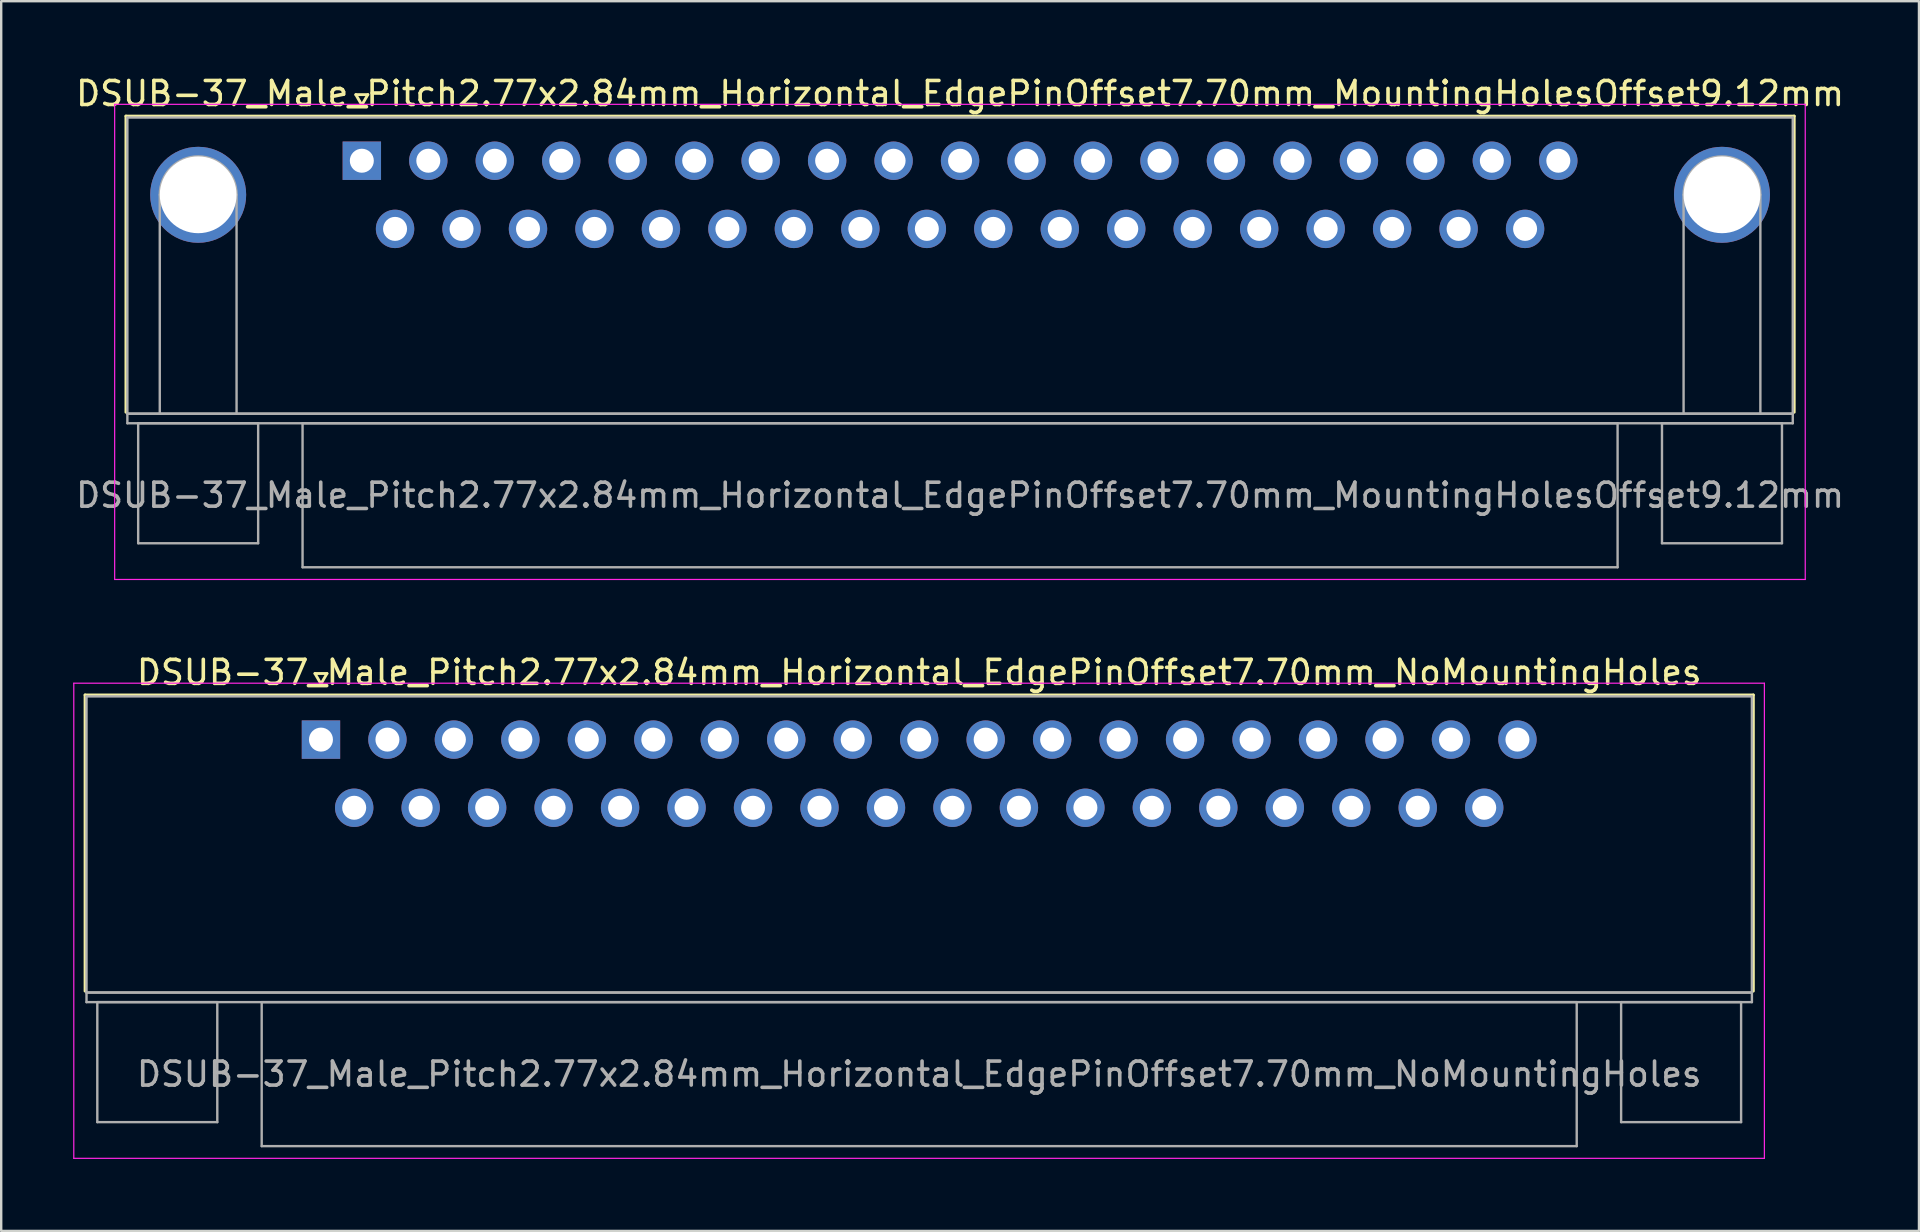
<source format=kicad_pcb>
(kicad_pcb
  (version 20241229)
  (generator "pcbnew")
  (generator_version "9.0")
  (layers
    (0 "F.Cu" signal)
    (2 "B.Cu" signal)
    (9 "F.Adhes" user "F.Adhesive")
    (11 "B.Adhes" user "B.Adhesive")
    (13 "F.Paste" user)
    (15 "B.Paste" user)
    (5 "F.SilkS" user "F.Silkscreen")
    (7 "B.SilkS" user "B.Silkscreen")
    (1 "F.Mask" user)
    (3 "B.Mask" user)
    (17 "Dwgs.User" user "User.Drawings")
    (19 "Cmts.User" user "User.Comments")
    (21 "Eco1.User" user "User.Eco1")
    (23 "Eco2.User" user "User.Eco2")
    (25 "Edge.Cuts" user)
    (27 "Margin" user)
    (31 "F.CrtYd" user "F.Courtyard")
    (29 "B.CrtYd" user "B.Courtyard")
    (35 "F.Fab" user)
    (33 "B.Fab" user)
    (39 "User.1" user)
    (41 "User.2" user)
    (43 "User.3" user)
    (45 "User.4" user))
  (footprint "DSUB-37_Male_Pitch2.77x2.84mm_Horizontal_EdgePinOffset7.70mm_MountingHolesOffset9.12mm"
    (layer "F.Cu")
    (at 12.028 3.648)
    (property "Reference" "DSUB-37_Male_Pitch2.77x2.84mm_Horizontal_EdgePinOffset7.70mm_MountingHolesOffset9.12mm" (at 24.93 -2.8 0) (layer "F.SilkS") (effects (font (size 1 1) (thickness 0.15))))
    (attr through_hole)
    (fp_line (start -9.83 -1.86) (end 59.69 -1.86) (stroke (width 0.12) (type solid)) (layer "F.SilkS"))
    (fp_line (start -9.83 10.48) (end -9.83 -1.86) (stroke (width 0.12) (type solid)) (layer "F.SilkS"))
    (fp_line (start -0.25 -2.754) (end 0.25 -2.754) (stroke (width 0.12) (type solid)) (layer "F.SilkS"))
    (fp_line (start 0 -2.321) (end -0.25 -2.754) (stroke (width 0.12) (type solid)) (layer "F.SilkS"))
    (fp_line (start 0.25 -2.754) (end 0 -2.321) (stroke (width 0.12) (type solid)) (layer "F.SilkS"))
    (fp_line (start 59.69 -1.86) (end 59.69 10.48) (stroke (width 0.12) (type solid)) (layer "F.SilkS"))
    (fp_line (start -10.3 -2.35) (end -10.3 17.45) (stroke (width 0.05) (type solid)) (layer "F.CrtYd"))
    (fp_line (start -10.3 17.45) (end 60.15 17.45) (stroke (width 0.05) (type solid)) (layer "F.CrtYd"))
    (fp_line (start 60.15 -2.35) (end -10.3 -2.35) (stroke (width 0.05) (type solid)) (layer "F.CrtYd"))
    (fp_line (start 60.15 17.45) (end 60.15 -2.35) (stroke (width 0.05) (type solid)) (layer "F.CrtYd"))
    (fp_line (start -9.77 -1.8) (end -9.77 10.54) (stroke (width 0.1) (type solid)) (layer "F.Fab"))
    (fp_line (start -9.77 10.54) (end -9.77 10.94) (stroke (width 0.1) (type solid)) (layer "F.Fab"))
    (fp_line (start -9.77 10.54) (end 59.63 10.54) (stroke (width 0.1) (type solid)) (layer "F.Fab"))
    (fp_line (start -9.77 10.94) (end 59.63 10.94) (stroke (width 0.1) (type solid)) (layer "F.Fab"))
    (fp_line (start -9.32 10.94) (end -9.32 15.94) (stroke (width 0.1) (type solid)) (layer "F.Fab"))
    (fp_line (start -9.32 15.94) (end -4.32 15.94) (stroke (width 0.1) (type solid)) (layer "F.Fab"))
    (fp_line (start -8.42 10.54) (end -8.42 1.42) (stroke (width 0.1) (type solid)) (layer "F.Fab"))
    (fp_line (start -5.22 10.54) (end -5.22 1.42) (stroke (width 0.1) (type solid)) (layer "F.Fab"))
    (fp_line (start -4.32 10.94) (end -9.32 10.94) (stroke (width 0.1) (type solid)) (layer "F.Fab"))
    (fp_line (start -4.32 15.94) (end -4.32 10.94) (stroke (width 0.1) (type solid)) (layer "F.Fab"))
    (fp_line (start -2.47 10.94) (end -2.47 16.94) (stroke (width 0.1) (type solid)) (layer "F.Fab"))
    (fp_line (start -2.47 16.94) (end 52.33 16.94) (stroke (width 0.1) (type solid)) (layer "F.Fab"))
    (fp_line (start 52.33 10.94) (end -2.47 10.94) (stroke (width 0.1) (type solid)) (layer "F.Fab"))
    (fp_line (start 52.33 16.94) (end 52.33 10.94) (stroke (width 0.1) (type solid)) (layer "F.Fab"))
    (fp_line (start 54.18 10.94) (end 54.18 15.94) (stroke (width 0.1) (type solid)) (layer "F.Fab"))
    (fp_line (start 54.18 15.94) (end 59.18 15.94) (stroke (width 0.1) (type solid)) (layer "F.Fab"))
    (fp_line (start 55.08 10.54) (end 55.08 1.42) (stroke (width 0.1) (type solid)) (layer "F.Fab"))
    (fp_line (start 58.28 10.54) (end 58.28 1.42) (stroke (width 0.1) (type solid)) (layer "F.Fab"))
    (fp_line (start 59.18 10.94) (end 54.18 10.94) (stroke (width 0.1) (type solid)) (layer "F.Fab"))
    (fp_line (start 59.18 15.94) (end 59.18 10.94) (stroke (width 0.1) (type solid)) (layer "F.Fab"))
    (fp_line (start 59.63 -1.8) (end -9.77 -1.8) (stroke (width 0.1) (type solid)) (layer "F.Fab"))
    (fp_line (start 59.63 10.54) (end -9.77 10.54) (stroke (width 0.1) (type solid)) (layer "F.Fab"))
    (fp_line (start 59.63 10.54) (end 59.63 -1.8) (stroke (width 0.1) (type solid)) (layer "F.Fab"))
    (fp_line (start 59.63 10.94) (end 59.63 10.54) (stroke (width 0.1) (type solid)) (layer "F.Fab"))
    (fp_arc (start -8.42 1.42) (mid -6.82 -0.18) (end -5.22 1.42) (stroke (width 0.1) (type solid)) (layer "F.Fab"))
    (fp_arc (start 55.08 1.42) (mid 56.68 -0.18) (end 58.28 1.42) (stroke (width 0.1) (type solid)) (layer "F.Fab"))
    (fp_text user "${REFERENCE}" (at 24.93 13.94 0) (layer "F.Fab") (effects (font (size 1 1) (thickness 0.15))))
    (pad "0" thru_hole circle (at -6.82 1.42) (size 4 4) (drill 3.2) (layers "*.Cu" "*.Mask"))
    (pad "0" thru_hole circle (at 56.68 1.42) (size 4 4) (drill 3.2) (layers "*.Cu" "*.Mask"))
    (pad "1" thru_hole rect (at 0 0) (size 1.6 1.6) (drill 1) (layers "*.Cu" "*.Mask"))
    (pad "2" thru_hole circle (at 2.77 0) (size 1.6 1.6) (drill 1) (layers "*.Cu" "*.Mask"))
    (pad "3" thru_hole circle (at 5.54 0) (size 1.6 1.6) (drill 1) (layers "*.Cu" "*.Mask"))
    (pad "4" thru_hole circle (at 8.31 0) (size 1.6 1.6) (drill 1) (layers "*.Cu" "*.Mask"))
    (pad "5" thru_hole circle (at 11.08 0) (size 1.6 1.6) (drill 1) (layers "*.Cu" "*.Mask"))
    (pad "6" thru_hole circle (at 13.85 0) (size 1.6 1.6) (drill 1) (layers "*.Cu" "*.Mask"))
    (pad "7" thru_hole circle (at 16.62 0) (size 1.6 1.6) (drill 1) (layers "*.Cu" "*.Mask"))
    (pad "8" thru_hole circle (at 19.39 0) (size 1.6 1.6) (drill 1) (layers "*.Cu" "*.Mask"))
    (pad "9" thru_hole circle (at 22.16 0) (size 1.6 1.6) (drill 1) (layers "*.Cu" "*.Mask"))
    (pad "10" thru_hole circle (at 24.93 0) (size 1.6 1.6) (drill 1) (layers "*.Cu" "*.Mask"))
    (pad "11" thru_hole circle (at 27.7 0) (size 1.6 1.6) (drill 1) (layers "*.Cu" "*.Mask"))
    (pad "12" thru_hole circle (at 30.47 0) (size 1.6 1.6) (drill 1) (layers "*.Cu" "*.Mask"))
    (pad "13" thru_hole circle (at 33.24 0) (size 1.6 1.6) (drill 1) (layers "*.Cu" "*.Mask"))
    (pad "14" thru_hole circle (at 36.01 0) (size 1.6 1.6) (drill 1) (layers "*.Cu" "*.Mask"))
    (pad "15" thru_hole circle (at 38.78 0) (size 1.6 1.6) (drill 1) (layers "*.Cu" "*.Mask"))
    (pad "16" thru_hole circle (at 41.55 0) (size 1.6 1.6) (drill 1) (layers "*.Cu" "*.Mask"))
    (pad "17" thru_hole circle (at 44.32 0) (size 1.6 1.6) (drill 1) (layers "*.Cu" "*.Mask"))
    (pad "18" thru_hole circle (at 47.09 0) (size 1.6 1.6) (drill 1) (layers "*.Cu" "*.Mask"))
    (pad "19" thru_hole circle (at 49.86 0) (size 1.6 1.6) (drill 1) (layers "*.Cu" "*.Mask"))
    (pad "20" thru_hole circle (at 1.385 2.84) (size 1.6 1.6) (drill 1) (layers "*.Cu" "*.Mask"))
    (pad "21" thru_hole circle (at 4.155 2.84) (size 1.6 1.6) (drill 1) (layers "*.Cu" "*.Mask"))
    (pad "22" thru_hole circle (at 6.925 2.84) (size 1.6 1.6) (drill 1) (layers "*.Cu" "*.Mask"))
    (pad "23" thru_hole circle (at 9.695 2.84) (size 1.6 1.6) (drill 1) (layers "*.Cu" "*.Mask"))
    (pad "24" thru_hole circle (at 12.465 2.84) (size 1.6 1.6) (drill 1) (layers "*.Cu" "*.Mask"))
    (pad "25" thru_hole circle (at 15.235 2.84) (size 1.6 1.6) (drill 1) (layers "*.Cu" "*.Mask"))
    (pad "26" thru_hole circle (at 18.005 2.84) (size 1.6 1.6) (drill 1) (layers "*.Cu" "*.Mask"))
    (pad "27" thru_hole circle (at 20.775 2.84) (size 1.6 1.6) (drill 1) (layers "*.Cu" "*.Mask"))
    (pad "28" thru_hole circle (at 23.545 2.84) (size 1.6 1.6) (drill 1) (layers "*.Cu" "*.Mask"))
    (pad "29" thru_hole circle (at 26.315 2.84) (size 1.6 1.6) (drill 1) (layers "*.Cu" "*.Mask"))
    (pad "30" thru_hole circle (at 29.085 2.84) (size 1.6 1.6) (drill 1) (layers "*.Cu" "*.Mask"))
    (pad "31" thru_hole circle (at 31.855 2.84) (size 1.6 1.6) (drill 1) (layers "*.Cu" "*.Mask"))
    (pad "32" thru_hole circle (at 34.625 2.84) (size 1.6 1.6) (drill 1) (layers "*.Cu" "*.Mask"))
    (pad "33" thru_hole circle (at 37.395 2.84) (size 1.6 1.6) (drill 1) (layers "*.Cu" "*.Mask"))
    (pad "34" thru_hole circle (at 40.165 2.84) (size 1.6 1.6) (drill 1) (layers "*.Cu" "*.Mask"))
    (pad "35" thru_hole circle (at 42.935 2.84) (size 1.6 1.6) (drill 1) (layers "*.Cu" "*.Mask"))
    (pad "36" thru_hole circle (at 45.705 2.84) (size 1.6 1.6) (drill 1) (layers "*.Cu" "*.Mask"))
    (pad "37" thru_hole circle (at 48.475 2.84) (size 1.6 1.6) (drill 1) (layers "*.Cu" "*.Mask")))
  (footprint "DSUB-37_Male_Pitch2.77x2.84mm_Horizontal_EdgePinOffset7.70mm_NoMountingHoles"
    (layer "F.Cu")
    (at 10.325 27.771)
    (property "Reference" "DSUB-37_Male_Pitch2.77x2.84mm_Horizontal_EdgePinOffset7.70mm_NoMountingHoles" (at 24.93 -2.8 0) (layer "F.SilkS") (effects (font (size 1 1) (thickness 0.15))))
    (attr through_hole)
    (fp_line (start -9.83 -1.86) (end 59.69 -1.86) (stroke (width 0.12) (type solid)) (layer "F.SilkS"))
    (fp_line (start -9.83 10.48) (end -9.83 -1.86) (stroke (width 0.12) (type solid)) (layer "F.SilkS"))
    (fp_line (start -0.25 -2.754) (end 0.25 -2.754) (stroke (width 0.12) (type solid)) (layer "F.SilkS"))
    (fp_line (start 0 -2.321) (end -0.25 -2.754) (stroke (width 0.12) (type solid)) (layer "F.SilkS"))
    (fp_line (start 0.25 -2.754) (end 0 -2.321) (stroke (width 0.12) (type solid)) (layer "F.SilkS"))
    (fp_line (start 59.69 -1.86) (end 59.69 10.48) (stroke (width 0.12) (type solid)) (layer "F.SilkS"))
    (fp_line (start -10.3 -2.35) (end -10.3 17.45) (stroke (width 0.05) (type solid)) (layer "F.CrtYd"))
    (fp_line (start -10.3 17.45) (end 60.15 17.45) (stroke (width 0.05) (type solid)) (layer "F.CrtYd"))
    (fp_line (start 60.15 -2.35) (end -10.3 -2.35) (stroke (width 0.05) (type solid)) (layer "F.CrtYd"))
    (fp_line (start 60.15 17.45) (end 60.15 -2.35) (stroke (width 0.05) (type solid)) (layer "F.CrtYd"))
    (fp_line (start -9.77 -1.8) (end -9.77 10.54) (stroke (width 0.1) (type solid)) (layer "F.Fab"))
    (fp_line (start -9.77 10.54) (end -9.77 10.94) (stroke (width 0.1) (type solid)) (layer "F.Fab"))
    (fp_line (start -9.77 10.54) (end 59.63 10.54) (stroke (width 0.1) (type solid)) (layer "F.Fab"))
    (fp_line (start -9.77 10.94) (end 59.63 10.94) (stroke (width 0.1) (type solid)) (layer "F.Fab"))
    (fp_line (start -9.32 10.94) (end -9.32 15.94) (stroke (width 0.1) (type solid)) (layer "F.Fab"))
    (fp_line (start -9.32 15.94) (end -4.32 15.94) (stroke (width 0.1) (type solid)) (layer "F.Fab"))
    (fp_line (start -4.32 10.94) (end -9.32 10.94) (stroke (width 0.1) (type solid)) (layer "F.Fab"))
    (fp_line (start -4.32 15.94) (end -4.32 10.94) (stroke (width 0.1) (type solid)) (layer "F.Fab"))
    (fp_line (start -2.47 10.94) (end -2.47 16.94) (stroke (width 0.1) (type solid)) (layer "F.Fab"))
    (fp_line (start -2.47 16.94) (end 52.33 16.94) (stroke (width 0.1) (type solid)) (layer "F.Fab"))
    (fp_line (start 52.33 10.94) (end -2.47 10.94) (stroke (width 0.1) (type solid)) (layer "F.Fab"))
    (fp_line (start 52.33 16.94) (end 52.33 10.94) (stroke (width 0.1) (type solid)) (layer "F.Fab"))
    (fp_line (start 54.18 10.94) (end 54.18 15.94) (stroke (width 0.1) (type solid)) (layer "F.Fab"))
    (fp_line (start 54.18 15.94) (end 59.18 15.94) (stroke (width 0.1) (type solid)) (layer "F.Fab"))
    (fp_line (start 59.18 10.94) (end 54.18 10.94) (stroke (width 0.1) (type solid)) (layer "F.Fab"))
    (fp_line (start 59.18 15.94) (end 59.18 10.94) (stroke (width 0.1) (type solid)) (layer "F.Fab"))
    (fp_line (start 59.63 -1.8) (end -9.77 -1.8) (stroke (width 0.1) (type solid)) (layer "F.Fab"))
    (fp_line (start 59.63 10.54) (end -9.77 10.54) (stroke (width 0.1) (type solid)) (layer "F.Fab"))
    (fp_line (start 59.63 10.54) (end 59.63 -1.8) (stroke (width 0.1) (type solid)) (layer "F.Fab"))
    (fp_line (start 59.63 10.94) (end 59.63 10.54) (stroke (width 0.1) (type solid)) (layer "F.Fab"))
    (fp_text user "${REFERENCE}" (at 24.93 13.94 0) (layer "F.Fab") (effects (font (size 1 1) (thickness 0.15))))
    (pad "1" thru_hole rect (at 0 0) (size 1.6 1.6) (drill 1) (layers "*.Cu" "*.Mask"))
    (pad "2" thru_hole circle (at 2.77 0) (size 1.6 1.6) (drill 1) (layers "*.Cu" "*.Mask"))
    (pad "3" thru_hole circle (at 5.54 0) (size 1.6 1.6) (drill 1) (layers "*.Cu" "*.Mask"))
    (pad "4" thru_hole circle (at 8.31 0) (size 1.6 1.6) (drill 1) (layers "*.Cu" "*.Mask"))
    (pad "5" thru_hole circle (at 11.08 0) (size 1.6 1.6) (drill 1) (layers "*.Cu" "*.Mask"))
    (pad "6" thru_hole circle (at 13.85 0) (size 1.6 1.6) (drill 1) (layers "*.Cu" "*.Mask"))
    (pad "7" thru_hole circle (at 16.62 0) (size 1.6 1.6) (drill 1) (layers "*.Cu" "*.Mask"))
    (pad "8" thru_hole circle (at 19.39 0) (size 1.6 1.6) (drill 1) (layers "*.Cu" "*.Mask"))
    (pad "9" thru_hole circle (at 22.16 0) (size 1.6 1.6) (drill 1) (layers "*.Cu" "*.Mask"))
    (pad "10" thru_hole circle (at 24.93 0) (size 1.6 1.6) (drill 1) (layers "*.Cu" "*.Mask"))
    (pad "11" thru_hole circle (at 27.7 0) (size 1.6 1.6) (drill 1) (layers "*.Cu" "*.Mask"))
    (pad "12" thru_hole circle (at 30.47 0) (size 1.6 1.6) (drill 1) (layers "*.Cu" "*.Mask"))
    (pad "13" thru_hole circle (at 33.24 0) (size 1.6 1.6) (drill 1) (layers "*.Cu" "*.Mask"))
    (pad "14" thru_hole circle (at 36.01 0) (size 1.6 1.6) (drill 1) (layers "*.Cu" "*.Mask"))
    (pad "15" thru_hole circle (at 38.78 0) (size 1.6 1.6) (drill 1) (layers "*.Cu" "*.Mask"))
    (pad "16" thru_hole circle (at 41.55 0) (size 1.6 1.6) (drill 1) (layers "*.Cu" "*.Mask"))
    (pad "17" thru_hole circle (at 44.32 0) (size 1.6 1.6) (drill 1) (layers "*.Cu" "*.Mask"))
    (pad "18" thru_hole circle (at 47.09 0) (size 1.6 1.6) (drill 1) (layers "*.Cu" "*.Mask"))
    (pad "19" thru_hole circle (at 49.86 0) (size 1.6 1.6) (drill 1) (layers "*.Cu" "*.Mask"))
    (pad "20" thru_hole circle (at 1.385 2.84) (size 1.6 1.6) (drill 1) (layers "*.Cu" "*.Mask"))
    (pad "21" thru_hole circle (at 4.155 2.84) (size 1.6 1.6) (drill 1) (layers "*.Cu" "*.Mask"))
    (pad "22" thru_hole circle (at 6.925 2.84) (size 1.6 1.6) (drill 1) (layers "*.Cu" "*.Mask"))
    (pad "23" thru_hole circle (at 9.695 2.84) (size 1.6 1.6) (drill 1) (layers "*.Cu" "*.Mask"))
    (pad "24" thru_hole circle (at 12.465 2.84) (size 1.6 1.6) (drill 1) (layers "*.Cu" "*.Mask"))
    (pad "25" thru_hole circle (at 15.235 2.84) (size 1.6 1.6) (drill 1) (layers "*.Cu" "*.Mask"))
    (pad "26" thru_hole circle (at 18.005 2.84) (size 1.6 1.6) (drill 1) (layers "*.Cu" "*.Mask"))
    (pad "27" thru_hole circle (at 20.775 2.84) (size 1.6 1.6) (drill 1) (layers "*.Cu" "*.Mask"))
    (pad "28" thru_hole circle (at 23.545 2.84) (size 1.6 1.6) (drill 1) (layers "*.Cu" "*.Mask"))
    (pad "29" thru_hole circle (at 26.315 2.84) (size 1.6 1.6) (drill 1) (layers "*.Cu" "*.Mask"))
    (pad "30" thru_hole circle (at 29.085 2.84) (size 1.6 1.6) (drill 1) (layers "*.Cu" "*.Mask"))
    (pad "31" thru_hole circle (at 31.855 2.84) (size 1.6 1.6) (drill 1) (layers "*.Cu" "*.Mask"))
    (pad "32" thru_hole circle (at 34.625 2.84) (size 1.6 1.6) (drill 1) (layers "*.Cu" "*.Mask"))
    (pad "33" thru_hole circle (at 37.395 2.84) (size 1.6 1.6) (drill 1) (layers "*.Cu" "*.Mask"))
    (pad "34" thru_hole circle (at 40.165 2.84) (size 1.6 1.6) (drill 1) (layers "*.Cu" "*.Mask"))
    (pad "35" thru_hole circle (at 42.935 2.84) (size 1.6 1.6) (drill 1) (layers "*.Cu" "*.Mask"))
    (pad "36" thru_hole circle (at 45.705 2.84) (size 1.6 1.6) (drill 1) (layers "*.Cu" "*.Mask"))
    (pad "37" thru_hole circle (at 48.475 2.84) (size 1.6 1.6) (drill 1) (layers "*.Cu" "*.Mask")))
  (gr_rect
    (start -3 -3)
    (end 76.917 48.246)
    (stroke (width 0.1) (type default))
    (fill no)
    (layer "Edge.Cuts")))
</source>
